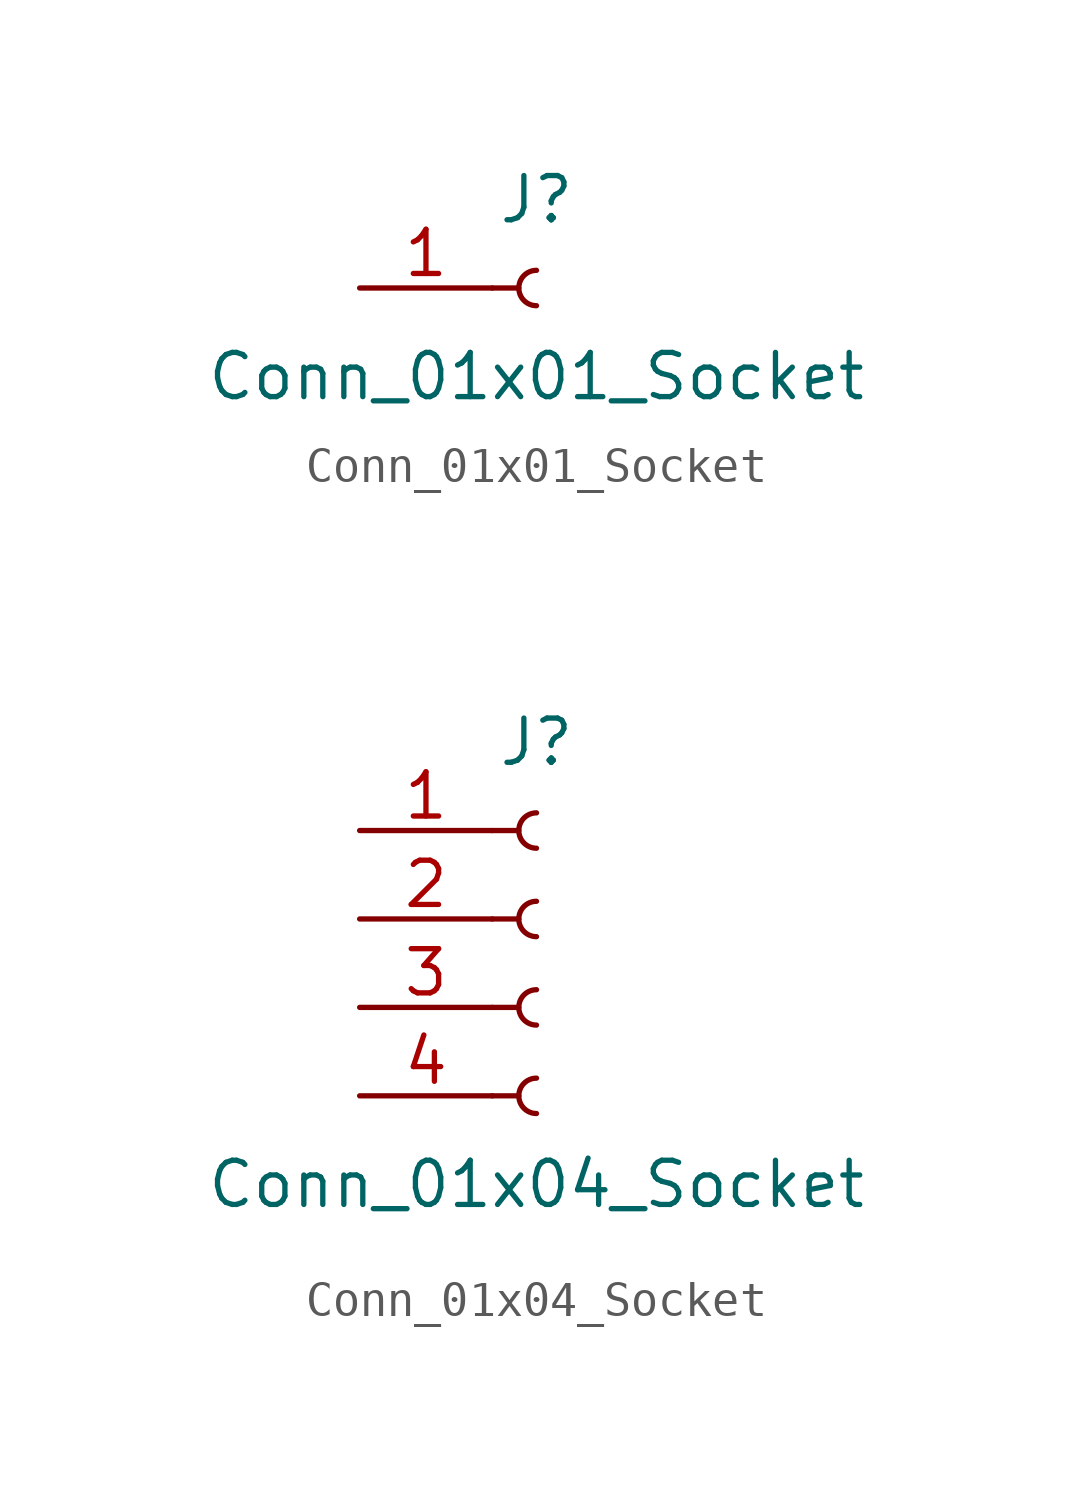
<source format=kicad_sym>
(kicad_symbol_lib
  (version 20241209)
  (generator "kicad_symbol_editor")
  (generator_version "9.0")
  (symbol "Conn_01x01_Socket"
    (pin_names
      (offset 1.016)
      (hide yes))
    (property "Reference" "J"
      (at 0 2.54 0)
      (effects (font (size 1.27 1.27))))
    (property "Value" "Conn_01x01_Socket"
      (at 0 -2.54 0)
      (effects (font (size 1.27 1.27))))
    (property "ki_locked" ""
      (at 0 0 0)
      (effects (font (size 1.27 1.27))))
    (symbol "Conn_01x01_Socket_1_1"
      (polyline (pts (xy -1.27 0) (xy -0.508 0)) (stroke (width 0.152) (type default)) (fill (type none)))
      (arc (start 0 -0.508) (mid -0.5058 0) (end 0 0.508) (stroke (width 0.1524) (type default)) (fill (type none)))
      (pin passive line (at -5.08 0 0) (length 3.81) (name "Pin_1" (effects (font (size 1.27 1.27)))) (number "1" (effects (font (size 1.27 1.27)))))))
  (symbol "Conn_01x04_Socket"
    (pin_names
      (offset 1.016)
      (hide yes))
    (property "Reference" "J"
      (at 0 5.08 0)
      (effects (font (size 1.27 1.27))))
    (property "Value" "Conn_01x04_Socket"
      (at 0 -7.62 0)
      (effects (font (size 1.27 1.27))))
    (property "ki_locked" ""
      (at 0 0 0)
      (effects (font (size 1.27 1.27))))
    (symbol "Conn_01x04_Socket_1_1"
      (polyline (pts (xy -1.27 2.54) (xy -0.508 2.54)) (stroke (width 0.152) (type default)) (fill (type none)))
      (polyline (pts (xy -1.27 0) (xy -0.508 0)) (stroke (width 0.152) (type default)) (fill (type none)))
      (polyline (pts (xy -1.27 -2.54) (xy -0.508 -2.54)) (stroke (width 0.152) (type default)) (fill (type none)))
      (polyline (pts (xy -1.27 -5.08) (xy -0.508 -5.08)) (stroke (width 0.152) (type default)) (fill (type none)))
      (arc (start 0 2.032) (mid -0.5058 2.54) (end 0 3.048) (stroke (width 0.1524) (type default)) (fill (type none)))
      (arc (start 0 -0.508) (mid -0.5058 0) (end 0 0.508) (stroke (width 0.1524) (type default)) (fill (type none)))
      (arc (start 0 -3.048) (mid -0.5058 -2.54) (end 0 -2.032) (stroke (width 0.1524) (type default)) (fill (type none)))
      (arc (start 0 -5.588) (mid -0.5058 -5.08) (end 0 -4.572) (stroke (width 0.1524) (type default)) (fill (type none)))
      (pin passive line (at -5.08 2.54 0) (length 3.81) (name "Pin_1" (effects (font (size 1.27 1.27)))) (number "1" (effects (font (size 1.27 1.27)))))
      (pin passive line (at -5.08 0 0) (length 3.81) (name "Pin_2" (effects (font (size 1.27 1.27)))) (number "2" (effects (font (size 1.27 1.27)))))
      (pin passive line (at -5.08 -2.54 0) (length 3.81) (name "Pin_3" (effects (font (size 1.27 1.27)))) (number "3" (effects (font (size 1.27 1.27)))))
      (pin passive line (at -5.08 -5.08 0) (length 3.81) (name "Pin_4" (effects (font (size 1.27 1.27)))) (number "4" (effects (font (size 1.27 1.27))))))))
</source>
